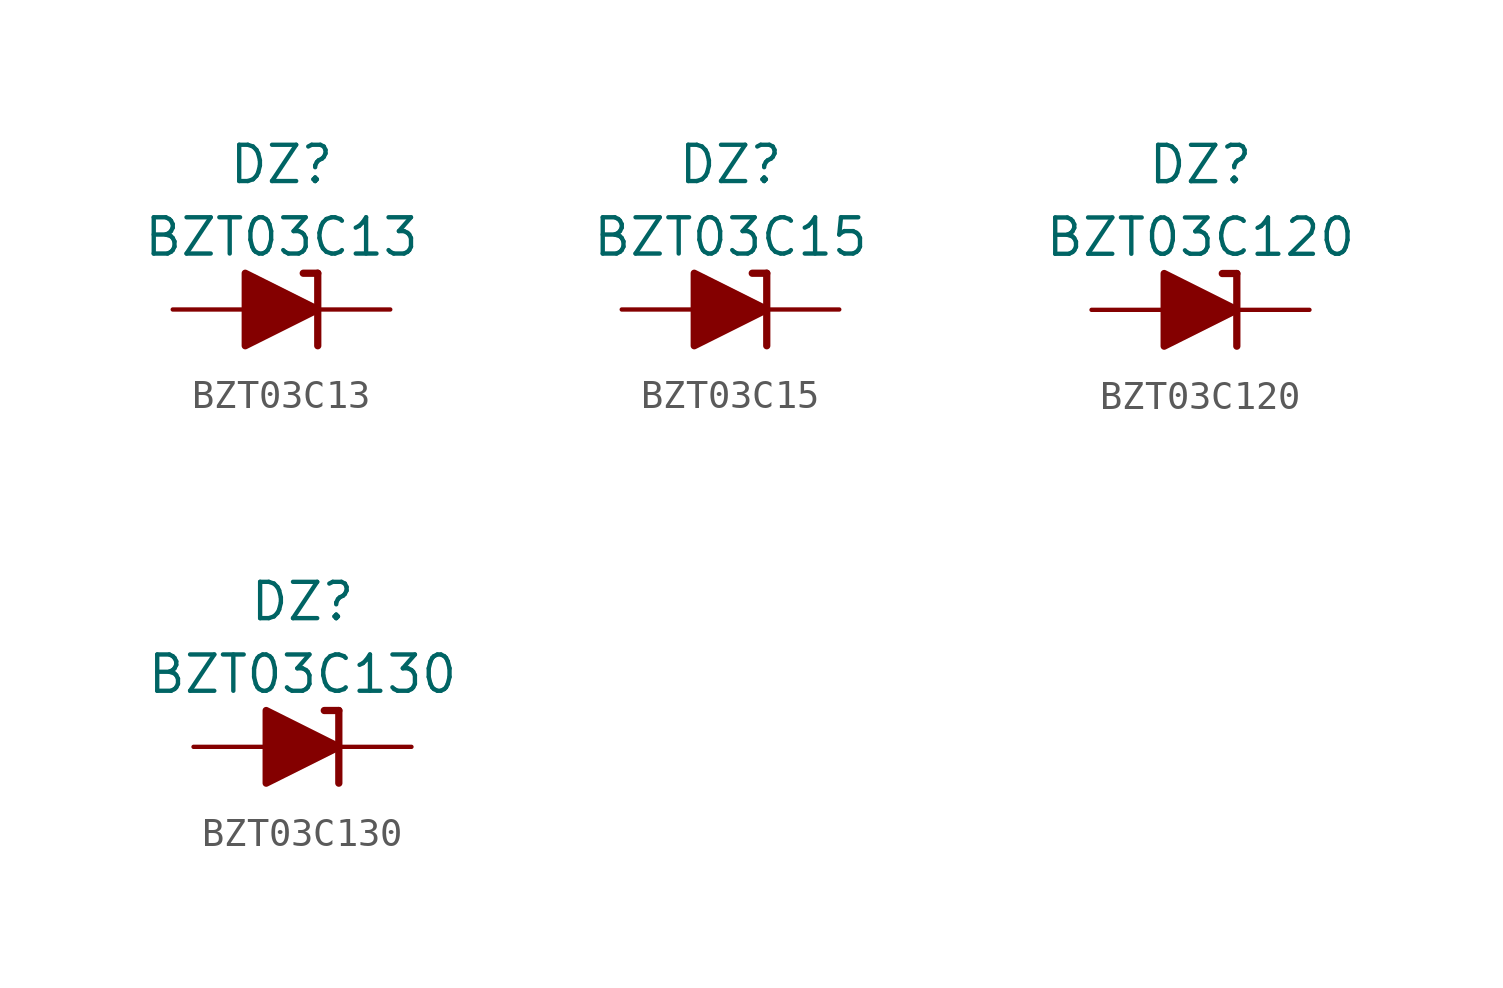
<source format=kicad_sym>
(kicad_symbol_lib
  (version 20201005)
  (generator kicad_symbol_editor)
  (symbol "Diode_Zener_AKL:BZT03C13"
    (pin_numbers hide)
    (pin_names
      (offset 1.016) hide)
    (property "Reference" "DZ"
      (at 0 5.08 0)
      (effects (font (size 1.27 1.27))))
    (property "Value" "BZT03C13"
      (at 0 2.54 0)
      (effects (font (size 1.27 1.27))))
    (symbol "BZT03C13_0_1"
      (polyline (pts (xy -1.27 0) (xy 1.27 0)) (stroke (width 0)) (fill (type none)))
      (polyline (pts (xy 1.27 1.27) (xy 0.762 1.27)) (stroke (width 0.254)) (fill (type none)))
      (polyline (pts (xy 1.27 1.27) (xy 1.27 -1.27)) (stroke (width 0.254)) (fill (type none)))
      (polyline (pts (xy -1.27 -1.27) (xy -1.27 1.27) (xy 1.27 0) (xy -1.27 -1.27)) (stroke (width 0.254)) (fill (type outline))))
    (symbol "BZT03C13_1_1"
      (pin passive line (at 3.81 0 180) (length 2.54) (name "K" (effects (font (size 1.27 1.27)))) (number "1" (effects (font (size 1.27 1.27)))))
      (pin passive line (at -3.81 0 0) (length 2.54) (name "A" (effects (font (size 1.27 1.27)))) (number "2" (effects (font (size 1.27 1.27)))))))
  (symbol "Diode_Zener_AKL:BZT03C15"
    (pin_numbers hide)
    (pin_names
      (offset 1.016) hide)
    (property "Reference" "DZ"
      (at 0 5.08 0)
      (effects (font (size 1.27 1.27))))
    (property "Value" "BZT03C15"
      (at 0 2.54 0)
      (effects (font (size 1.27 1.27))))
    (symbol "BZT03C15_0_1"
      (polyline (pts (xy -1.27 0) (xy 1.27 0)) (stroke (width 0)) (fill (type none)))
      (polyline (pts (xy 1.27 1.27) (xy 0.762 1.27)) (stroke (width 0.254)) (fill (type none)))
      (polyline (pts (xy 1.27 1.27) (xy 1.27 -1.27)) (stroke (width 0.254)) (fill (type none)))
      (polyline (pts (xy -1.27 -1.27) (xy -1.27 1.27) (xy 1.27 0) (xy -1.27 -1.27)) (stroke (width 0.254)) (fill (type outline))))
    (symbol "BZT03C15_1_1"
      (pin passive line (at 3.81 0 180) (length 2.54) (name "K" (effects (font (size 1.27 1.27)))) (number "1" (effects (font (size 1.27 1.27)))))
      (pin passive line (at -3.81 0 0) (length 2.54) (name "A" (effects (font (size 1.27 1.27)))) (number "2" (effects (font (size 1.27 1.27)))))))
  (symbol "Diode_Zener_AKL:BZT03C120"
    (pin_numbers hide)
    (pin_names
      (offset 1.016) hide)
    (property "Reference" "DZ"
      (at 0 5.08 0)
      (effects (font (size 1.27 1.27))))
    (property "Value" "BZT03C120"
      (at 0 2.54 0)
      (effects (font (size 1.27 1.27))))
    (symbol "BZT03C120_0_1"
      (polyline (pts (xy -1.27 0) (xy 1.27 0)) (stroke (width 0)) (fill (type none)))
      (polyline (pts (xy 1.27 1.27) (xy 0.762 1.27)) (stroke (width 0.254)) (fill (type none)))
      (polyline (pts (xy 1.27 1.27) (xy 1.27 -1.27)) (stroke (width 0.254)) (fill (type none)))
      (polyline (pts (xy -1.27 -1.27) (xy -1.27 1.27) (xy 1.27 0) (xy -1.27 -1.27)) (stroke (width 0.254)) (fill (type outline))))
    (symbol "BZT03C120_1_1"
      (pin passive line (at 3.81 0 180) (length 2.54) (name "K" (effects (font (size 1.27 1.27)))) (number "1" (effects (font (size 1.27 1.27)))))
      (pin passive line (at -3.81 0 0) (length 2.54) (name "A" (effects (font (size 1.27 1.27)))) (number "2" (effects (font (size 1.27 1.27)))))))
  (symbol "Diode_Zener_AKL:BZT03C130"
    (pin_numbers hide)
    (pin_names
      (offset 1.016) hide)
    (property "Reference" "DZ"
      (at 0 5.08 0)
      (effects (font (size 1.27 1.27))))
    (property "Value" "BZT03C130"
      (at 0 2.54 0)
      (effects (font (size 1.27 1.27))))
    (symbol "BZT03C130_0_1"
      (polyline (pts (xy -1.27 0) (xy 1.27 0)) (stroke (width 0)) (fill (type none)))
      (polyline (pts (xy 1.27 1.27) (xy 0.762 1.27)) (stroke (width 0.254)) (fill (type none)))
      (polyline (pts (xy 1.27 1.27) (xy 1.27 -1.27)) (stroke (width 0.254)) (fill (type none)))
      (polyline (pts (xy -1.27 -1.27) (xy -1.27 1.27) (xy 1.27 0) (xy -1.27 -1.27)) (stroke (width 0.254)) (fill (type outline))))
    (symbol "BZT03C130_1_1"
      (pin passive line (at 3.81 0 180) (length 2.54) (name "K" (effects (font (size 1.27 1.27)))) (number "1" (effects (font (size 1.27 1.27)))))
      (pin passive line (at -3.81 0 0) (length 2.54) (name "A" (effects (font (size 1.27 1.27)))) (number "2" (effects (font (size 1.27 1.27))))))))
</source>
